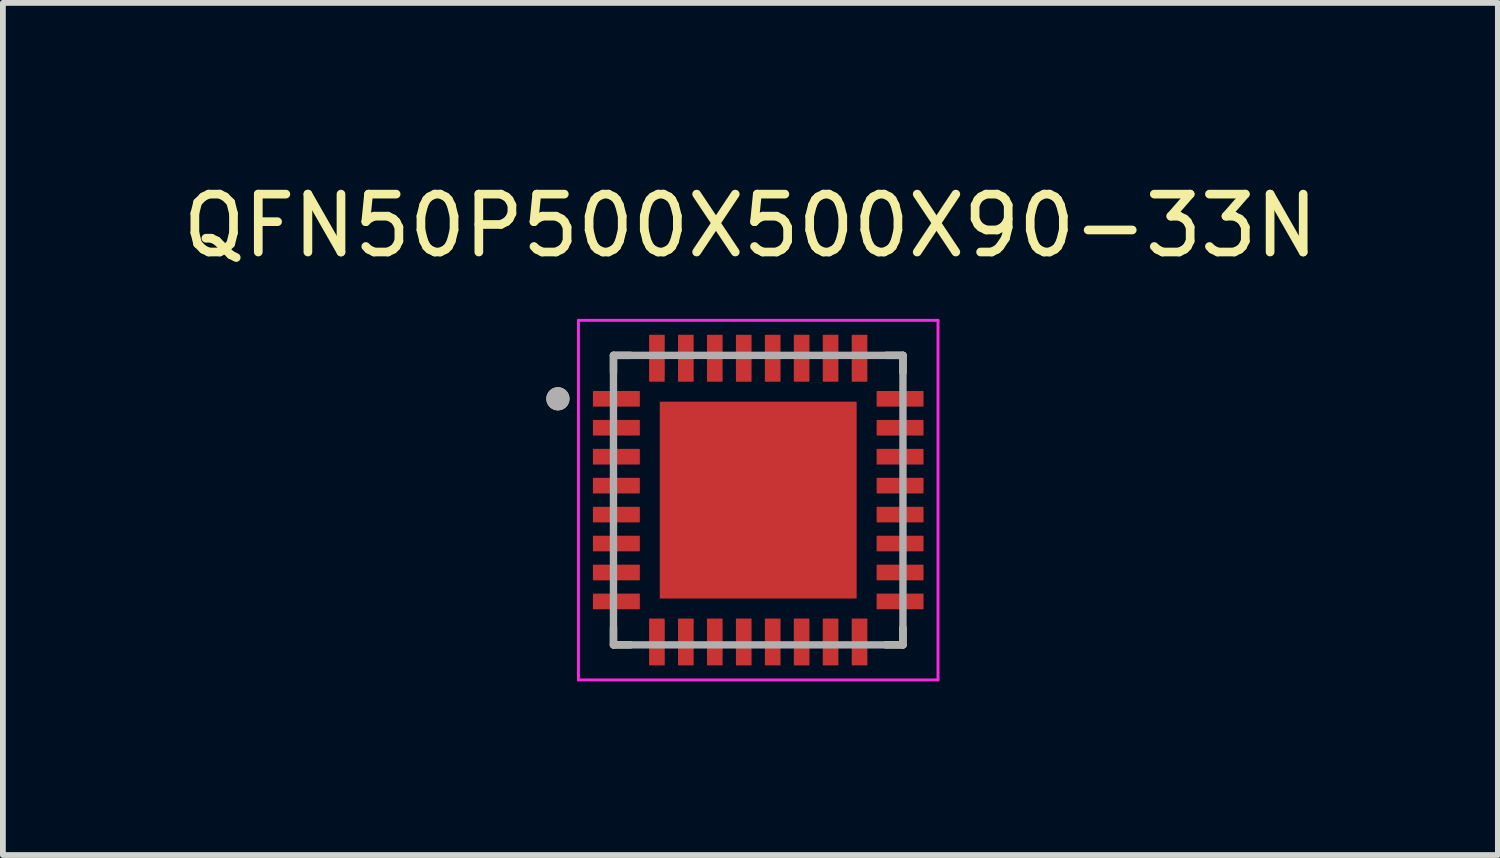
<source format=kicad_pcb>
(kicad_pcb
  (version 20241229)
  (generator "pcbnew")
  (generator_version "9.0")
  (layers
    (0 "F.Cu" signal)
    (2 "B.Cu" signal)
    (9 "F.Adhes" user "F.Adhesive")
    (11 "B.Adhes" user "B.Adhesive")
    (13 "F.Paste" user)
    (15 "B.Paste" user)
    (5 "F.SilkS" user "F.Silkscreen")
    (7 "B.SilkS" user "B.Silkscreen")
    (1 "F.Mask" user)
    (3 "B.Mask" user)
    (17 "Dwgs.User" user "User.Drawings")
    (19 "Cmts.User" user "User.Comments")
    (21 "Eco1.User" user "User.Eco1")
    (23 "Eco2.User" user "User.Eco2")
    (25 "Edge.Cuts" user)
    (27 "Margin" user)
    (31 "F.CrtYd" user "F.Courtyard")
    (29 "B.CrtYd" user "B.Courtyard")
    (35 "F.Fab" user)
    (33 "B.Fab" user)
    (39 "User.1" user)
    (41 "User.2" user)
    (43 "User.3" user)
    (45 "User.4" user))
  (footprint "QFN50P500X500X90-33N"
    (layer "F.Cu")
    (at 10.046 5.588)
    (property "Reference" "QFN50P500X500X90-33N" (at -0.135 -4.74 0) (layer "F.SilkS") (effects (font (size 1 1) (thickness 0.15))))
    (attr through_hole)
    (fp_line (start -2.5 -2.5) (end -2.5 -2.205) (stroke (width 0.127) (type solid)) (layer "F.SilkS"))
    (fp_line (start -2.5 -2.5) (end -2.205 -2.5) (stroke (width 0.127) (type solid)) (layer "F.SilkS"))
    (fp_line (start -2.5 2.5) (end -2.5 2.205) (stroke (width 0.127) (type solid)) (layer "F.SilkS"))
    (fp_line (start -2.5 2.5) (end -2.205 2.5) (stroke (width 0.127) (type solid)) (layer "F.SilkS"))
    (fp_line (start 2.5 -2.5) (end 2.205 -2.5) (stroke (width 0.127) (type solid)) (layer "F.SilkS"))
    (fp_line (start 2.5 -2.5) (end 2.5 -2.205) (stroke (width 0.127) (type solid)) (layer "F.SilkS"))
    (fp_line (start 2.5 2.5) (end 2.205 2.5) (stroke (width 0.127) (type solid)) (layer "F.SilkS"))
    (fp_line (start 2.5 2.5) (end 2.5 2.205) (stroke (width 0.127) (type solid)) (layer "F.SilkS"))
    (fp_circle (center -3.46 -1.75) (end -3.36 -1.75) (stroke (width 0.2) (type solid)) (fill no) (layer "F.SilkS"))
    (fp_poly (pts (xy -1.08 -1.08) (xy 1.08 -1.08) (xy 1.08 1.08) (xy -1.08 1.08)) (stroke (width 0.01) (type solid)) (fill yes) (layer "F.Paste"))
    (fp_line (start -3.105 -3.105) (end 3.105 -3.105) (stroke (width 0.05) (type solid)) (layer "F.CrtYd"))
    (fp_line (start -3.105 3.105) (end -3.105 -3.105) (stroke (width 0.05) (type solid)) (layer "F.CrtYd"))
    (fp_line (start -3.105 3.105) (end 3.105 3.105) (stroke (width 0.05) (type solid)) (layer "F.CrtYd"))
    (fp_line (start 3.105 3.105) (end 3.105 -3.105) (stroke (width 0.05) (type solid)) (layer "F.CrtYd"))
    (fp_line (start -2.5 2.5) (end -2.5 -2.5) (stroke (width 0.127) (type solid)) (layer "F.Fab"))
    (fp_line (start 2.5 -2.5) (end -2.5 -2.5) (stroke (width 0.127) (type solid)) (layer "F.Fab"))
    (fp_line (start 2.5 2.5) (end -2.5 2.5) (stroke (width 0.127) (type solid)) (layer "F.Fab"))
    (fp_line (start 2.5 2.5) (end 2.5 -2.5) (stroke (width 0.127) (type solid)) (layer "F.Fab"))
    (fp_circle (center -3.46 -1.75) (end -3.36 -1.75) (stroke (width 0.2) (type solid)) (fill no) (layer "F.Fab"))
    (pad "1" smd roundrect (at -2.45 -1.75) (size 0.81 0.27) (layers "F.Cu" "F.Mask" "F.Paste") (roundrect_rratio 0.03))
    (pad "2" smd roundrect (at -2.45 -1.25) (size 0.81 0.27) (layers "F.Cu" "F.Mask" "F.Paste") (roundrect_rratio 0.03))
    (pad "3" smd roundrect (at -2.45 -0.75) (size 0.81 0.27) (layers "F.Cu" "F.Mask" "F.Paste") (roundrect_rratio 0.03))
    (pad "4" smd roundrect (at -2.45 -0.25) (size 0.81 0.27) (layers "F.Cu" "F.Mask" "F.Paste") (roundrect_rratio 0.03))
    (pad "5" smd roundrect (at -2.45 0.25) (size 0.81 0.27) (layers "F.Cu" "F.Mask" "F.Paste") (roundrect_rratio 0.03))
    (pad "6" smd roundrect (at -2.45 0.75) (size 0.81 0.27) (layers "F.Cu" "F.Mask" "F.Paste") (roundrect_rratio 0.03))
    (pad "7" smd roundrect (at -2.45 1.25) (size 0.81 0.27) (layers "F.Cu" "F.Mask" "F.Paste") (roundrect_rratio 0.03))
    (pad "8" smd roundrect (at -2.45 1.75) (size 0.81 0.27) (layers "F.Cu" "F.Mask" "F.Paste") (roundrect_rratio 0.03))
    (pad "9" smd roundrect (at -1.75 2.45 90) (size 0.81 0.27) (layers "F.Cu" "F.Mask" "F.Paste") (roundrect_rratio 0.03))
    (pad "10" smd roundrect (at -1.25 2.45 90) (size 0.81 0.27) (layers "F.Cu" "F.Mask" "F.Paste") (roundrect_rratio 0.03))
    (pad "11" smd roundrect (at -0.75 2.45 90) (size 0.81 0.27) (layers "F.Cu" "F.Mask" "F.Paste") (roundrect_rratio 0.03))
    (pad "12" smd roundrect (at -0.25 2.45 90) (size 0.81 0.27) (layers "F.Cu" "F.Mask" "F.Paste") (roundrect_rratio 0.03))
    (pad "13" smd roundrect (at 0.25 2.45 90) (size 0.81 0.27) (layers "F.Cu" "F.Mask" "F.Paste") (roundrect_rratio 0.03))
    (pad "14" smd roundrect (at 0.75 2.45 90) (size 0.81 0.27) (layers "F.Cu" "F.Mask" "F.Paste") (roundrect_rratio 0.03))
    (pad "15" smd roundrect (at 1.25 2.45 90) (size 0.81 0.27) (layers "F.Cu" "F.Mask" "F.Paste") (roundrect_rratio 0.03))
    (pad "16" smd roundrect (at 1.75 2.45 90) (size 0.81 0.27) (layers "F.Cu" "F.Mask" "F.Paste") (roundrect_rratio 0.03))
    (pad "17" smd roundrect (at 2.45 1.75) (size 0.81 0.27) (layers "F.Cu" "F.Mask" "F.Paste") (roundrect_rratio 0.03))
    (pad "18" smd roundrect (at 2.45 1.25) (size 0.81 0.27) (layers "F.Cu" "F.Mask" "F.Paste") (roundrect_rratio 0.03))
    (pad "19" smd roundrect (at 2.45 0.75) (size 0.81 0.27) (layers "F.Cu" "F.Mask" "F.Paste") (roundrect_rratio 0.03))
    (pad "20" smd roundrect (at 2.45 0.25) (size 0.81 0.27) (layers "F.Cu" "F.Mask" "F.Paste") (roundrect_rratio 0.03))
    (pad "21" smd roundrect (at 2.45 -0.25) (size 0.81 0.27) (layers "F.Cu" "F.Mask" "F.Paste") (roundrect_rratio 0.03))
    (pad "22" smd roundrect (at 2.45 -0.75) (size 0.81 0.27) (layers "F.Cu" "F.Mask" "F.Paste") (roundrect_rratio 0.03))
    (pad "23" smd roundrect (at 2.45 -1.25) (size 0.81 0.27) (layers "F.Cu" "F.Mask" "F.Paste") (roundrect_rratio 0.03))
    (pad "24" smd roundrect (at 2.45 -1.75) (size 0.81 0.27) (layers "F.Cu" "F.Mask" "F.Paste") (roundrect_rratio 0.03))
    (pad "25" smd roundrect (at 1.75 -2.45 90) (size 0.81 0.27) (layers "F.Cu" "F.Mask" "F.Paste") (roundrect_rratio 0.03))
    (pad "26" smd roundrect (at 1.25 -2.45 90) (size 0.81 0.27) (layers "F.Cu" "F.Mask" "F.Paste") (roundrect_rratio 0.03))
    (pad "27" smd roundrect (at 0.75 -2.45 90) (size 0.81 0.27) (layers "F.Cu" "F.Mask" "F.Paste") (roundrect_rratio 0.03))
    (pad "28" smd roundrect (at 0.25 -2.45 90) (size 0.81 0.27) (layers "F.Cu" "F.Mask" "F.Paste") (roundrect_rratio 0.03))
    (pad "29" smd roundrect (at -0.25 -2.45 90) (size 0.81 0.27) (layers "F.Cu" "F.Mask" "F.Paste") (roundrect_rratio 0.03))
    (pad "30" smd roundrect (at -0.75 -2.45 90) (size 0.81 0.27) (layers "F.Cu" "F.Mask" "F.Paste") (roundrect_rratio 0.03))
    (pad "31" smd roundrect (at -1.25 -2.45 90) (size 0.81 0.27) (layers "F.Cu" "F.Mask" "F.Paste") (roundrect_rratio 0.03))
    (pad "32" smd roundrect (at -1.75 -2.45 90) (size 0.81 0.27) (layers "F.Cu" "F.Mask" "F.Paste") (roundrect_rratio 0.03))
    (pad "33" smd rect (at 0 0) (size 3.4 3.4) (layers "F.Cu" "F.Mask")))
  (gr_rect
    (start -3 -3)
    (end 22.821 11.718)
    (stroke (width 0.1) (type default))
    (fill no)
    (layer "Edge.Cuts")))
</source>
